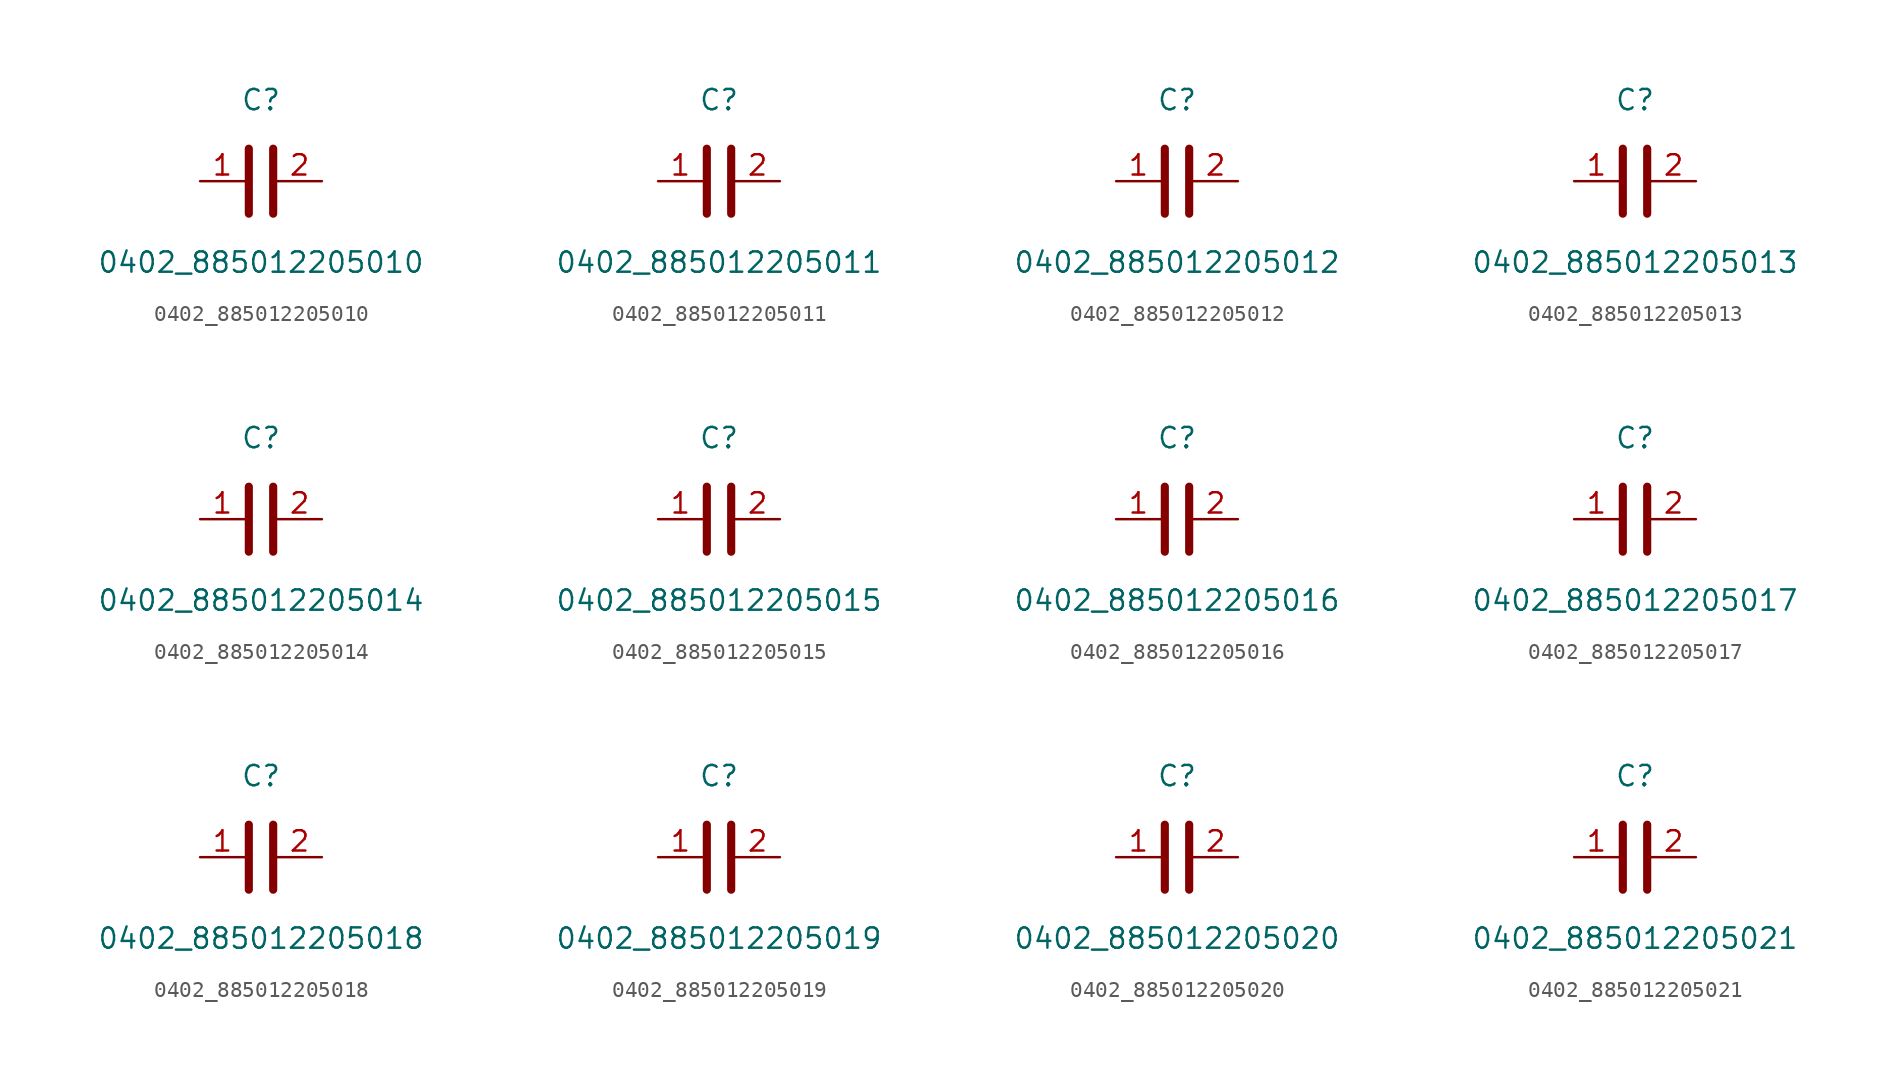
<source format=kicad_sym>
(kicad_symbol_lib
  (version 20220914)
  (generator kicad_symbol_editor)
  (symbol "0402_885012205010"
    (pin_names hide)
    (property "Reference" "C"
      (at 0 5.08 0)
      (effects (font (size 1.27 1.27))))
    (property "Value" "0402_885012205010"
      (at 0 -5.08 0)
      (effects (font (size 1.27 1.27))))
    (symbol "0402_885012205010_0_1"
      (polyline (pts (xy -0.762 -2.032) (xy -0.762 2.032)) (stroke (width 0.508) (type default)) (fill (type none)))
      (polyline (pts (xy 0.762 -2.032) (xy 0.762 2.032)) (stroke (width 0.508) (type default)) (fill (type none))))
    (symbol "0402_885012205010_1_1"
      (pin passive line (at -3.81 0 0) (length 2.794) (name "1" (effects (font (size 1.27 1.27)))) (number "1" (effects (font (size 1.27 1.27)))))
      (pin passive line (at 3.81 0 180) (length 2.794) (name "2" (effects (font (size 1.27 1.27)))) (number "2" (effects (font (size 1.27 1.27)))))))
  (symbol "0402_885012205011"
    (pin_names hide)
    (property "Reference" "C"
      (at 0 5.08 0)
      (effects (font (size 1.27 1.27))))
    (property "Value" "0402_885012205011"
      (at 0 -5.08 0)
      (effects (font (size 1.27 1.27))))
    (symbol "0402_885012205011_0_1"
      (polyline (pts (xy -0.762 -2.032) (xy -0.762 2.032)) (stroke (width 0.508) (type default)) (fill (type none)))
      (polyline (pts (xy 0.762 -2.032) (xy 0.762 2.032)) (stroke (width 0.508) (type default)) (fill (type none))))
    (symbol "0402_885012205011_1_1"
      (pin passive line (at -3.81 0 0) (length 2.794) (name "1" (effects (font (size 1.27 1.27)))) (number "1" (effects (font (size 1.27 1.27)))))
      (pin passive line (at 3.81 0 180) (length 2.794) (name "2" (effects (font (size 1.27 1.27)))) (number "2" (effects (font (size 1.27 1.27)))))))
  (symbol "0402_885012205012"
    (pin_names hide)
    (property "Reference" "C"
      (at 0 5.08 0)
      (effects (font (size 1.27 1.27))))
    (property "Value" "0402_885012205012"
      (at 0 -5.08 0)
      (effects (font (size 1.27 1.27))))
    (symbol "0402_885012205012_0_1"
      (polyline (pts (xy -0.762 -2.032) (xy -0.762 2.032)) (stroke (width 0.508) (type default)) (fill (type none)))
      (polyline (pts (xy 0.762 -2.032) (xy 0.762 2.032)) (stroke (width 0.508) (type default)) (fill (type none))))
    (symbol "0402_885012205012_1_1"
      (pin passive line (at -3.81 0 0) (length 2.794) (name "1" (effects (font (size 1.27 1.27)))) (number "1" (effects (font (size 1.27 1.27)))))
      (pin passive line (at 3.81 0 180) (length 2.794) (name "2" (effects (font (size 1.27 1.27)))) (number "2" (effects (font (size 1.27 1.27)))))))
  (symbol "0402_885012205013"
    (pin_names hide)
    (property "Reference" "C"
      (at 0 5.08 0)
      (effects (font (size 1.27 1.27))))
    (property "Value" "0402_885012205013"
      (at 0 -5.08 0)
      (effects (font (size 1.27 1.27))))
    (symbol "0402_885012205013_0_1"
      (polyline (pts (xy -0.762 -2.032) (xy -0.762 2.032)) (stroke (width 0.508) (type default)) (fill (type none)))
      (polyline (pts (xy 0.762 -2.032) (xy 0.762 2.032)) (stroke (width 0.508) (type default)) (fill (type none))))
    (symbol "0402_885012205013_1_1"
      (pin passive line (at -3.81 0 0) (length 2.794) (name "1" (effects (font (size 1.27 1.27)))) (number "1" (effects (font (size 1.27 1.27)))))
      (pin passive line (at 3.81 0 180) (length 2.794) (name "2" (effects (font (size 1.27 1.27)))) (number "2" (effects (font (size 1.27 1.27)))))))
  (symbol "0402_885012205014"
    (pin_names hide)
    (property "Reference" "C"
      (at 0 5.08 0)
      (effects (font (size 1.27 1.27))))
    (property "Value" "0402_885012205014"
      (at 0 -5.08 0)
      (effects (font (size 1.27 1.27))))
    (symbol "0402_885012205014_0_1"
      (polyline (pts (xy -0.762 -2.032) (xy -0.762 2.032)) (stroke (width 0.508) (type default)) (fill (type none)))
      (polyline (pts (xy 0.762 -2.032) (xy 0.762 2.032)) (stroke (width 0.508) (type default)) (fill (type none))))
    (symbol "0402_885012205014_1_1"
      (pin passive line (at -3.81 0 0) (length 2.794) (name "1" (effects (font (size 1.27 1.27)))) (number "1" (effects (font (size 1.27 1.27)))))
      (pin passive line (at 3.81 0 180) (length 2.794) (name "2" (effects (font (size 1.27 1.27)))) (number "2" (effects (font (size 1.27 1.27)))))))
  (symbol "0402_885012205015"
    (pin_names hide)
    (property "Reference" "C"
      (at 0 5.08 0)
      (effects (font (size 1.27 1.27))))
    (property "Value" "0402_885012205015"
      (at 0 -5.08 0)
      (effects (font (size 1.27 1.27))))
    (symbol "0402_885012205015_0_1"
      (polyline (pts (xy -0.762 -2.032) (xy -0.762 2.032)) (stroke (width 0.508) (type default)) (fill (type none)))
      (polyline (pts (xy 0.762 -2.032) (xy 0.762 2.032)) (stroke (width 0.508) (type default)) (fill (type none))))
    (symbol "0402_885012205015_1_1"
      (pin passive line (at -3.81 0 0) (length 2.794) (name "1" (effects (font (size 1.27 1.27)))) (number "1" (effects (font (size 1.27 1.27)))))
      (pin passive line (at 3.81 0 180) (length 2.794) (name "2" (effects (font (size 1.27 1.27)))) (number "2" (effects (font (size 1.27 1.27)))))))
  (symbol "0402_885012205016"
    (pin_names hide)
    (property "Reference" "C"
      (at 0 5.08 0)
      (effects (font (size 1.27 1.27))))
    (property "Value" "0402_885012205016"
      (at 0 -5.08 0)
      (effects (font (size 1.27 1.27))))
    (symbol "0402_885012205016_0_1"
      (polyline (pts (xy -0.762 -2.032) (xy -0.762 2.032)) (stroke (width 0.508) (type default)) (fill (type none)))
      (polyline (pts (xy 0.762 -2.032) (xy 0.762 2.032)) (stroke (width 0.508) (type default)) (fill (type none))))
    (symbol "0402_885012205016_1_1"
      (pin passive line (at -3.81 0 0) (length 2.794) (name "1" (effects (font (size 1.27 1.27)))) (number "1" (effects (font (size 1.27 1.27)))))
      (pin passive line (at 3.81 0 180) (length 2.794) (name "2" (effects (font (size 1.27 1.27)))) (number "2" (effects (font (size 1.27 1.27)))))))
  (symbol "0402_885012205017"
    (pin_names hide)
    (property "Reference" "C"
      (at 0 5.08 0)
      (effects (font (size 1.27 1.27))))
    (property "Value" "0402_885012205017"
      (at 0 -5.08 0)
      (effects (font (size 1.27 1.27))))
    (symbol "0402_885012205017_0_1"
      (polyline (pts (xy -0.762 -2.032) (xy -0.762 2.032)) (stroke (width 0.508) (type default)) (fill (type none)))
      (polyline (pts (xy 0.762 -2.032) (xy 0.762 2.032)) (stroke (width 0.508) (type default)) (fill (type none))))
    (symbol "0402_885012205017_1_1"
      (pin passive line (at -3.81 0 0) (length 2.794) (name "1" (effects (font (size 1.27 1.27)))) (number "1" (effects (font (size 1.27 1.27)))))
      (pin passive line (at 3.81 0 180) (length 2.794) (name "2" (effects (font (size 1.27 1.27)))) (number "2" (effects (font (size 1.27 1.27)))))))
  (symbol "0402_885012205018"
    (pin_names hide)
    (property "Reference" "C"
      (at 0 5.08 0)
      (effects (font (size 1.27 1.27))))
    (property "Value" "0402_885012205018"
      (at 0 -5.08 0)
      (effects (font (size 1.27 1.27))))
    (symbol "0402_885012205018_0_1"
      (polyline (pts (xy -0.762 -2.032) (xy -0.762 2.032)) (stroke (width 0.508) (type default)) (fill (type none)))
      (polyline (pts (xy 0.762 -2.032) (xy 0.762 2.032)) (stroke (width 0.508) (type default)) (fill (type none))))
    (symbol "0402_885012205018_1_1"
      (pin passive line (at -3.81 0 0) (length 2.794) (name "1" (effects (font (size 1.27 1.27)))) (number "1" (effects (font (size 1.27 1.27)))))
      (pin passive line (at 3.81 0 180) (length 2.794) (name "2" (effects (font (size 1.27 1.27)))) (number "2" (effects (font (size 1.27 1.27)))))))
  (symbol "0402_885012205019"
    (pin_names hide)
    (property "Reference" "C"
      (at 0 5.08 0)
      (effects (font (size 1.27 1.27))))
    (property "Value" "0402_885012205019"
      (at 0 -5.08 0)
      (effects (font (size 1.27 1.27))))
    (symbol "0402_885012205019_0_1"
      (polyline (pts (xy -0.762 -2.032) (xy -0.762 2.032)) (stroke (width 0.508) (type default)) (fill (type none)))
      (polyline (pts (xy 0.762 -2.032) (xy 0.762 2.032)) (stroke (width 0.508) (type default)) (fill (type none))))
    (symbol "0402_885012205019_1_1"
      (pin passive line (at -3.81 0 0) (length 2.794) (name "1" (effects (font (size 1.27 1.27)))) (number "1" (effects (font (size 1.27 1.27)))))
      (pin passive line (at 3.81 0 180) (length 2.794) (name "2" (effects (font (size 1.27 1.27)))) (number "2" (effects (font (size 1.27 1.27)))))))
  (symbol "0402_885012205020"
    (pin_names hide)
    (property "Reference" "C"
      (at 0 5.08 0)
      (effects (font (size 1.27 1.27))))
    (property "Value" "0402_885012205020"
      (at 0 -5.08 0)
      (effects (font (size 1.27 1.27))))
    (symbol "0402_885012205020_0_1"
      (polyline (pts (xy -0.762 -2.032) (xy -0.762 2.032)) (stroke (width 0.508) (type default)) (fill (type none)))
      (polyline (pts (xy 0.762 -2.032) (xy 0.762 2.032)) (stroke (width 0.508) (type default)) (fill (type none))))
    (symbol "0402_885012205020_1_1"
      (pin passive line (at -3.81 0 0) (length 2.794) (name "1" (effects (font (size 1.27 1.27)))) (number "1" (effects (font (size 1.27 1.27)))))
      (pin passive line (at 3.81 0 180) (length 2.794) (name "2" (effects (font (size 1.27 1.27)))) (number "2" (effects (font (size 1.27 1.27)))))))
  (symbol "0402_885012205021"
    (pin_names hide)
    (property "Reference" "C"
      (at 0 5.08 0)
      (effects (font (size 1.27 1.27))))
    (property "Value" "0402_885012205021"
      (at 0 -5.08 0)
      (effects (font (size 1.27 1.27))))
    (symbol "0402_885012205021_0_1"
      (polyline (pts (xy -0.762 -2.032) (xy -0.762 2.032)) (stroke (width 0.508) (type default)) (fill (type none)))
      (polyline (pts (xy 0.762 -2.032) (xy 0.762 2.032)) (stroke (width 0.508) (type default)) (fill (type none))))
    (symbol "0402_885012205021_1_1"
      (pin passive line (at -3.81 0 0) (length 2.794) (name "1" (effects (font (size 1.27 1.27)))) (number "1" (effects (font (size 1.27 1.27)))))
      (pin passive line (at 3.81 0 180) (length 2.794) (name "2" (effects (font (size 1.27 1.27)))) (number "2" (effects (font (size 1.27 1.27))))))))
</source>
